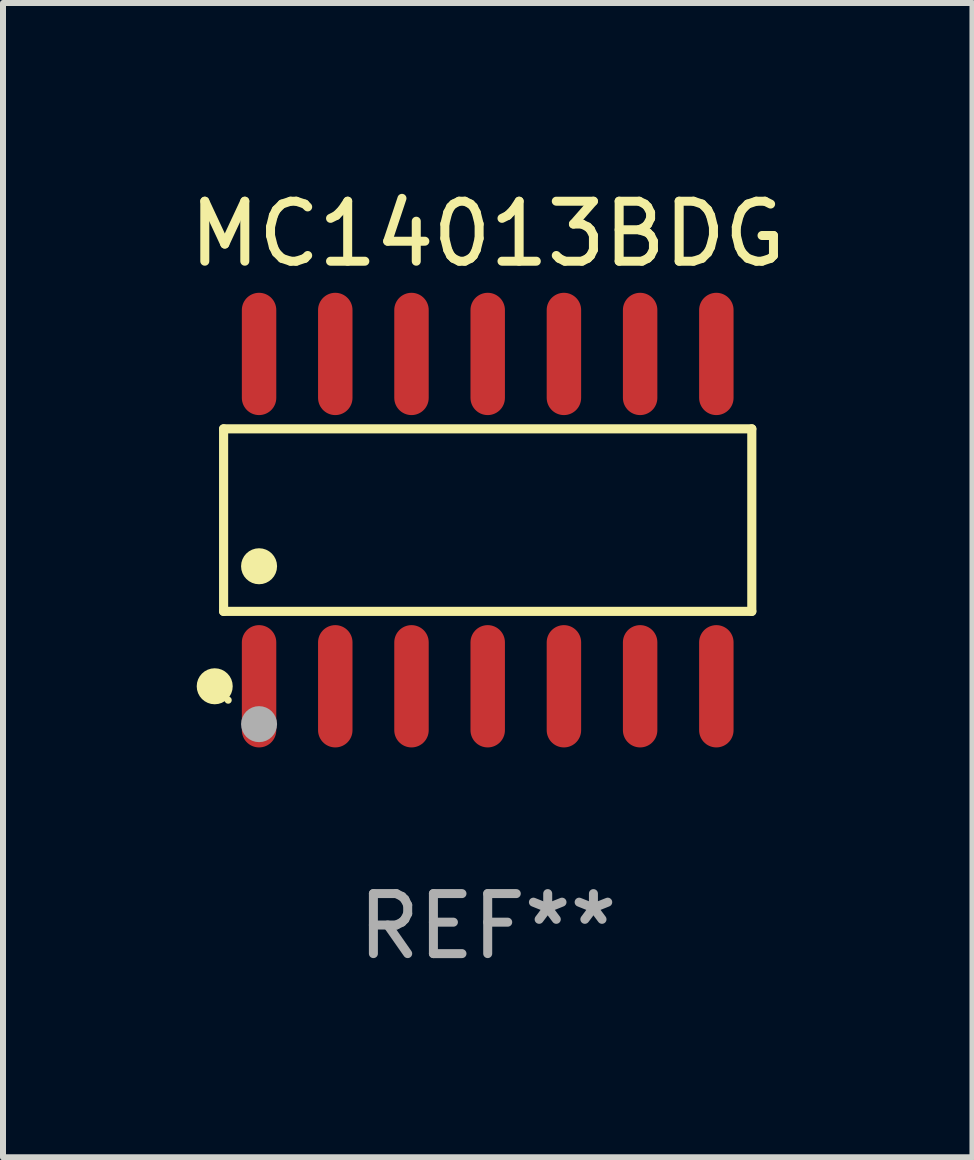
<source format=kicad_pcb>
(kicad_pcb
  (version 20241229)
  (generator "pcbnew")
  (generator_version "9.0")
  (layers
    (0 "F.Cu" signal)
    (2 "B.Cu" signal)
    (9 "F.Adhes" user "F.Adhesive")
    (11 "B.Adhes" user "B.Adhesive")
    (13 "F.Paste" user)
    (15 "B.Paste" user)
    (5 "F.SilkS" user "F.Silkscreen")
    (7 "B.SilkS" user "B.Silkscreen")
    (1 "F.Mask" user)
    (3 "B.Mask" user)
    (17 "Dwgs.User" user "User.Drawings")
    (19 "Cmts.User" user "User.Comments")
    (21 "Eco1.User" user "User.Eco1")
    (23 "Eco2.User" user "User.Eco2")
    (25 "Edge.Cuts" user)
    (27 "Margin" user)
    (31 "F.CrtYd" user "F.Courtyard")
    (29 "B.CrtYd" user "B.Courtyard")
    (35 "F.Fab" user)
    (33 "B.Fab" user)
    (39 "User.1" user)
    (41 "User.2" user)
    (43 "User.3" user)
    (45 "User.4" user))
  (footprint "MC14013BDG"
    (layer "F.Cu")
    (at 5.077 5.617)
    (property "Reference" "MC14013BDG" (at 0 -4.769 0) (layer "F.SilkS") (effects (font (size 1 1) (thickness 0.15))))
    (attr through_hole)
    (fp_line (start -4.401 -1.521) (end 4.401 -1.521) (stroke (width 0.152) (type solid)) (layer "F.SilkS"))
    (fp_line (start -4.401 1.521) (end -4.401 -1.521) (stroke (width 0.152) (type solid)) (layer "F.SilkS"))
    (fp_line (start 4.401 -1.521) (end 4.401 1.521) (stroke (width 0.152) (type solid)) (layer "F.SilkS"))
    (fp_line (start 4.401 1.521) (end -4.401 1.521) (stroke (width 0.152) (type solid)) (layer "F.SilkS"))
    (fp_circle (center -4.549 2.769) (end -4.399 2.769) (stroke (width 0.3) (type solid)) (fill no) (layer "F.SilkS"))
    (fp_circle (center -4.325 3) (end -4.295 3) (stroke (width 0.06) (type solid)) (fill no) (layer "F.SilkS"))
    (fp_circle (center -3.81 0.769) (end -3.66 0.769) (stroke (width 0.3) (type solid)) (fill no) (layer "F.SilkS"))
    (fp_circle (center -3.81 3.4) (end -3.66 3.4) (stroke (width 0.3) (type solid)) (fill no) (layer "F.Fab"))
    (fp_text user "REF**" (at 0 6.769 0) (layer "F.Fab") (effects (font (size 1 1) (thickness 0.15))))
    (pad "1" smd oval (at -3.81 2.769) (size 0.574 2.038) (layers "F.Cu" "F.Mask" "F.Paste"))
    (pad "2" smd oval (at -2.54 2.769) (size 0.574 2.038) (layers "F.Cu" "F.Mask" "F.Paste"))
    (pad "3" smd oval (at -1.27 2.769) (size 0.574 2.038) (layers "F.Cu" "F.Mask" "F.Paste"))
    (pad "4" smd oval (at 0 2.769) (size 0.574 2.038) (layers "F.Cu" "F.Mask" "F.Paste"))
    (pad "5" smd oval (at 1.27 2.769) (size 0.574 2.038) (layers "F.Cu" "F.Mask" "F.Paste"))
    (pad "6" smd oval (at 2.54 2.769) (size 0.574 2.038) (layers "F.Cu" "F.Mask" "F.Paste"))
    (pad "7" smd oval (at 3.81 2.769) (size 0.574 2.038) (layers "F.Cu" "F.Mask" "F.Paste"))
    (pad "8" smd oval (at 3.81 -2.769) (size 0.574 2.038) (layers "F.Cu" "F.Mask" "F.Paste"))
    (pad "9" smd oval (at 2.54 -2.769) (size 0.574 2.038) (layers "F.Cu" "F.Mask" "F.Paste"))
    (pad "10" smd oval (at 1.27 -2.769) (size 0.574 2.038) (layers "F.Cu" "F.Mask" "F.Paste"))
    (pad "11" smd oval (at 0 -2.769) (size 0.574 2.038) (layers "F.Cu" "F.Mask" "F.Paste"))
    (pad "12" smd oval (at -1.27 -2.769) (size 0.574 2.038) (layers "F.Cu" "F.Mask" "F.Paste"))
    (pad "13" smd oval (at -2.54 -2.769) (size 0.574 2.038) (layers "F.Cu" "F.Mask" "F.Paste"))
    (pad "14" smd oval (at -3.81 -2.769) (size 0.574 2.038) (layers "F.Cu" "F.Mask" "F.Paste")))
  (gr_rect
    (start -3 -3)
    (end 13.155 16.235)
    (stroke (width 0.1) (type default))
    (fill no)
    (layer "Edge.Cuts")))
</source>
